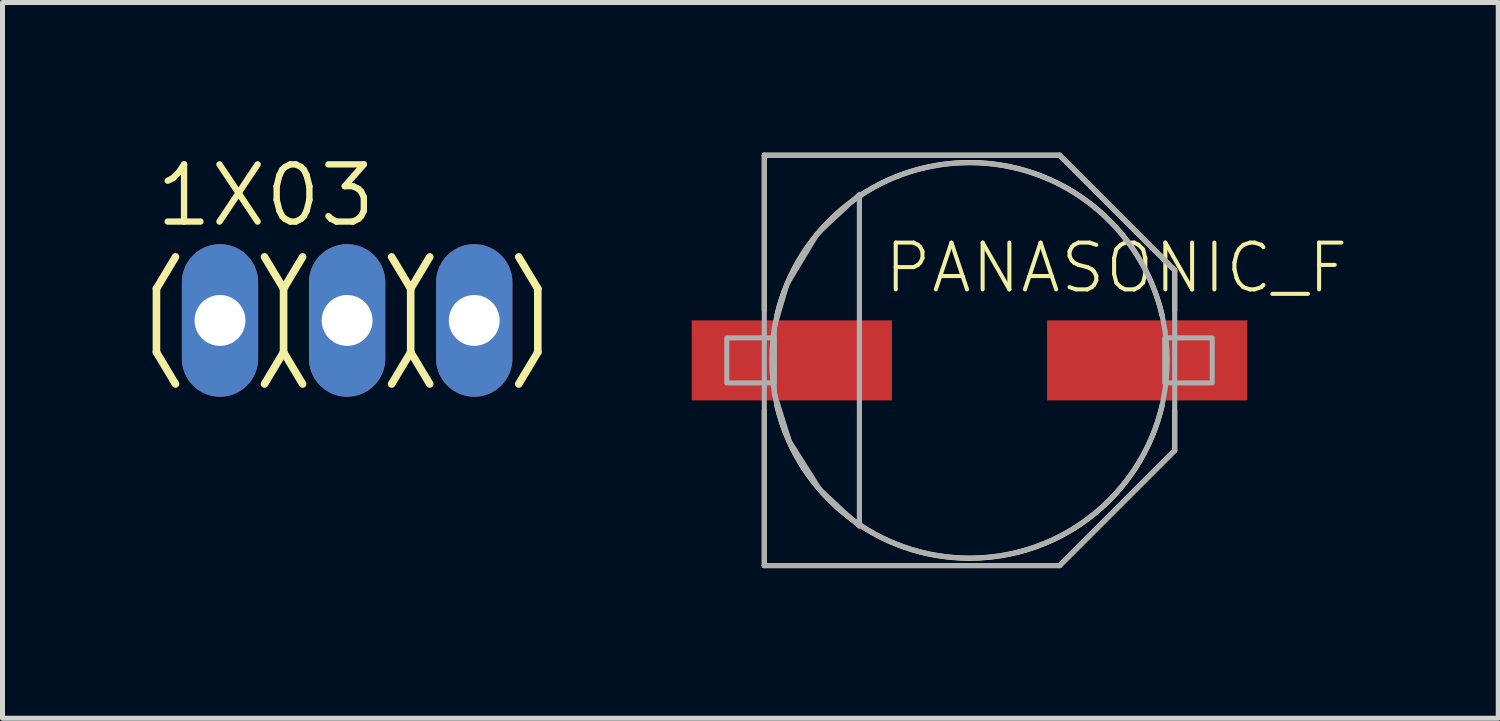
<source format=kicad_pcb>
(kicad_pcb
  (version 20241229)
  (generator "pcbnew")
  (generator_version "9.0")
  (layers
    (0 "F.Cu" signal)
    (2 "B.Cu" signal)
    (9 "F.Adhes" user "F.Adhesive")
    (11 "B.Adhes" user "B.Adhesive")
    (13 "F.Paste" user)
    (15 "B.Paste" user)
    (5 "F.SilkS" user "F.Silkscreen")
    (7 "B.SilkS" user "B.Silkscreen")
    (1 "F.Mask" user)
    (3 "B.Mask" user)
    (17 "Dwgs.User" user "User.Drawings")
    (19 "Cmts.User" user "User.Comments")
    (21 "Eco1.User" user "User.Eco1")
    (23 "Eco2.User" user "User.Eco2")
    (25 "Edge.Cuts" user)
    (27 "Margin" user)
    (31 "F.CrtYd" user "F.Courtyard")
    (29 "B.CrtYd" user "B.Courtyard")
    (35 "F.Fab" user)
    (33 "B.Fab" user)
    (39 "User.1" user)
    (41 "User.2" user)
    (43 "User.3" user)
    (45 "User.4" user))
  (footprint "1X03"
    (layer "F.Cu")
    (at 3.886 3.353)
    (property "Reference" "1X03" (at -3.886 -1.829 0) (layer "F.SilkS") (effects (font (size 1.143 1.143) (thickness 0.127)) (justify left bottom)))
    (fp_line (start -3.81 -0.635) (end -3.81 0.635) (stroke (width 0.152) (type solid)) (layer "F.SilkS"))
    (fp_line (start -3.81 0.635) (end -3.429 1.27) (stroke (width 0.152) (type solid)) (layer "F.SilkS"))
    (fp_line (start -3.429 -1.27) (end -3.81 -0.635) (stroke (width 0.152) (type solid)) (layer "F.SilkS"))
    (fp_line (start -1.651 -1.27) (end -1.27 -0.635) (stroke (width 0.152) (type solid)) (layer "F.SilkS"))
    (fp_line (start -1.27 -0.635) (end -1.27 0.635) (stroke (width 0.152) (type solid)) (layer "F.SilkS"))
    (fp_line (start -1.27 -0.635) (end -0.889 -1.27) (stroke (width 0.152) (type solid)) (layer "F.SilkS"))
    (fp_line (start -1.27 0.635) (end -1.651 1.27) (stroke (width 0.152) (type solid)) (layer "F.SilkS"))
    (fp_line (start -0.889 1.27) (end -1.27 0.635) (stroke (width 0.152) (type solid)) (layer "F.SilkS"))
    (fp_line (start 0.889 -1.27) (end 1.27 -0.635) (stroke (width 0.152) (type solid)) (layer "F.SilkS"))
    (fp_line (start 1.27 -0.635) (end 1.27 0.635) (stroke (width 0.152) (type solid)) (layer "F.SilkS"))
    (fp_line (start 1.27 -0.635) (end 1.651 -1.27) (stroke (width 0.152) (type solid)) (layer "F.SilkS"))
    (fp_line (start 1.27 0.635) (end 0.889 1.27) (stroke (width 0.152) (type solid)) (layer "F.SilkS"))
    (fp_line (start 1.651 1.27) (end 1.27 0.635) (stroke (width 0.152) (type solid)) (layer "F.SilkS"))
    (fp_line (start 3.429 -1.27) (end 3.81 -0.635) (stroke (width 0.152) (type solid)) (layer "F.SilkS"))
    (fp_line (start 3.81 -0.635) (end 3.81 0.635) (stroke (width 0.152) (type solid)) (layer "F.SilkS"))
    (fp_line (start 3.81 0.635) (end 3.429 1.27) (stroke (width 0.152) (type solid)) (layer "F.SilkS"))
    (fp_poly (pts (xy -2.794 0.254) (xy -2.286 0.254) (xy -2.286 -0.254) (xy -2.794 -0.254)) (stroke (width 0.1) (type solid)) (fill no) (layer "F.Fab"))
    (fp_poly (pts (xy -0.254 0.254) (xy 0.254 0.254) (xy 0.254 -0.254) (xy -0.254 -0.254)) (stroke (width 0.1) (type solid)) (fill no) (layer "F.Fab"))
    (fp_poly (pts (xy 2.286 0.254) (xy 2.794 0.254) (xy 2.794 -0.254) (xy 2.286 -0.254)) (stroke (width 0.1) (type solid)) (fill no) (layer "F.Fab"))
    (pad "1" thru_hole oval (at -2.54 0 90) (size 3.048 1.524) (drill 1.016) (layers "*.Cu" "*.Mask"))
    (pad "2" thru_hole oval (at 0 0 90) (size 3.048 1.524) (drill 1.016) (layers "*.Cu" "*.Mask"))
    (pad "3" thru_hole oval (at 2.54 0 90) (size 3.048 1.524) (drill 1.016) (layers "*.Cu" "*.Mask")))
  (footprint "PANASONIC_F"
    (layer "F.Cu")
    (at 16.322 4.151)
    (property "Reference" "PANASONIC_F" (at -1.75 -1.3 0) (layer "F.SilkS") (effects (font (size 0.935 0.935) (thickness 0.081)) (justify left bottom)))
    (fp_line (start -4.1 -4.1) (end 1.8 -4.1) (stroke (width 0.102) (type solid)) (layer "F.SilkS"))
    (fp_line (start -4.1 -1) (end -4.1 -4.1) (stroke (width 0.102) (type solid)) (layer "F.SilkS"))
    (fp_line (start -4.1 4.1) (end -4.1 1) (stroke (width 0.102) (type solid)) (layer "F.SilkS"))
    (fp_line (start 1.8 -4.1) (end 4.1 -1.8) (stroke (width 0.102) (type solid)) (layer "F.SilkS"))
    (fp_line (start 1.8 4.1) (end -4.1 4.1) (stroke (width 0.102) (type solid)) (layer "F.SilkS"))
    (fp_line (start 4.1 -1.8) (end 4.1 -1) (stroke (width 0.102) (type solid)) (layer "F.SilkS"))
    (fp_line (start 4.1 1) (end 4.1 1.8) (stroke (width 0.102) (type solid)) (layer "F.SilkS"))
    (fp_line (start 4.1 1.8) (end 1.8 4.1) (stroke (width 0.102) (type solid)) (layer "F.SilkS"))
    (fp_arc (start -3.85 -0.9) (mid 0 -3.953796) (end 3.85 -0.9) (stroke (width 0.1016) (type solid)) (layer "F.SilkS"))
    (fp_arc (start 3.85 0.9) (mid 0 3.953796) (end -3.85 0.9) (stroke (width 0.1016) (type solid)) (layer "F.SilkS"))
    (fp_line (start -4.1 -4.1) (end 1.8 -4.1) (stroke (width 0.102) (type solid)) (layer "F.Fab"))
    (fp_line (start -4.1 4.1) (end -4.1 -4.1) (stroke (width 0.102) (type solid)) (layer "F.Fab"))
    (fp_line (start -2.2 -3.25) (end -2.2 3.25) (stroke (width 0.102) (type solid)) (layer "F.Fab"))
    (fp_line (start 1.8 -4.1) (end 4.1 -1.8) (stroke (width 0.102) (type solid)) (layer "F.Fab"))
    (fp_line (start 1.8 4.1) (end -4.1 4.1) (stroke (width 0.102) (type solid)) (layer "F.Fab"))
    (fp_line (start 4.1 -1.8) (end 4.1 1.8) (stroke (width 0.102) (type solid)) (layer "F.Fab"))
    (fp_line (start 4.1 1.8) (end 1.8 4.1) (stroke (width 0.102) (type solid)) (layer "F.Fab"))
    (fp_circle (center 0 0) (end 3.95 0) (stroke (width 0.102) (type solid)) (fill no) (layer "F.Fab"))
    (fp_circle (center 0 0) (end 4 0) (stroke (width 0.001) (type solid)) (fill no) (layer "F.Fab"))
    (fp_poly (pts (xy -4.85 0.45) (xy -3.9 0.45) (xy -3.9 -0.45) (xy -4.85 -0.45)) (stroke (width 0.1) (type solid)) (fill no) (layer "F.Fab"))
    (fp_poly (pts (xy 3.9 0.45) (xy 4.85 0.45) (xy 4.85 -0.45) (xy 3.9 -0.45)) (stroke (width 0.1) (type solid)) (fill no) (layer "F.Fab"))
    (fp_poly (pts (xy -2.199 3.316) (xy -2.989 2.583) (xy -3.596 1.622) (xy -3.901 0.658) (xy -3.901 -0.657) (xy -3.647 -1.521) (xy -3.04 -2.532) (xy -2.199 -3.317)) (stroke (width 0.1) (type solid)) (fill no) (layer "F.Fab"))
    (pad "+" smd rect (at 3.55 0) (size 4 1.6) (layers "F.Cu" "F.Mask" "F.Paste"))
    (pad "-" smd rect (at -3.55 0) (size 4 1.6) (layers "F.Cu" "F.Mask" "F.Paste")))
  (gr_rect
    (start -3 -3)
    (end 26.887 11.302)
    (stroke (width 0.1) (type default))
    (fill no)
    (layer "Edge.Cuts")))
</source>
